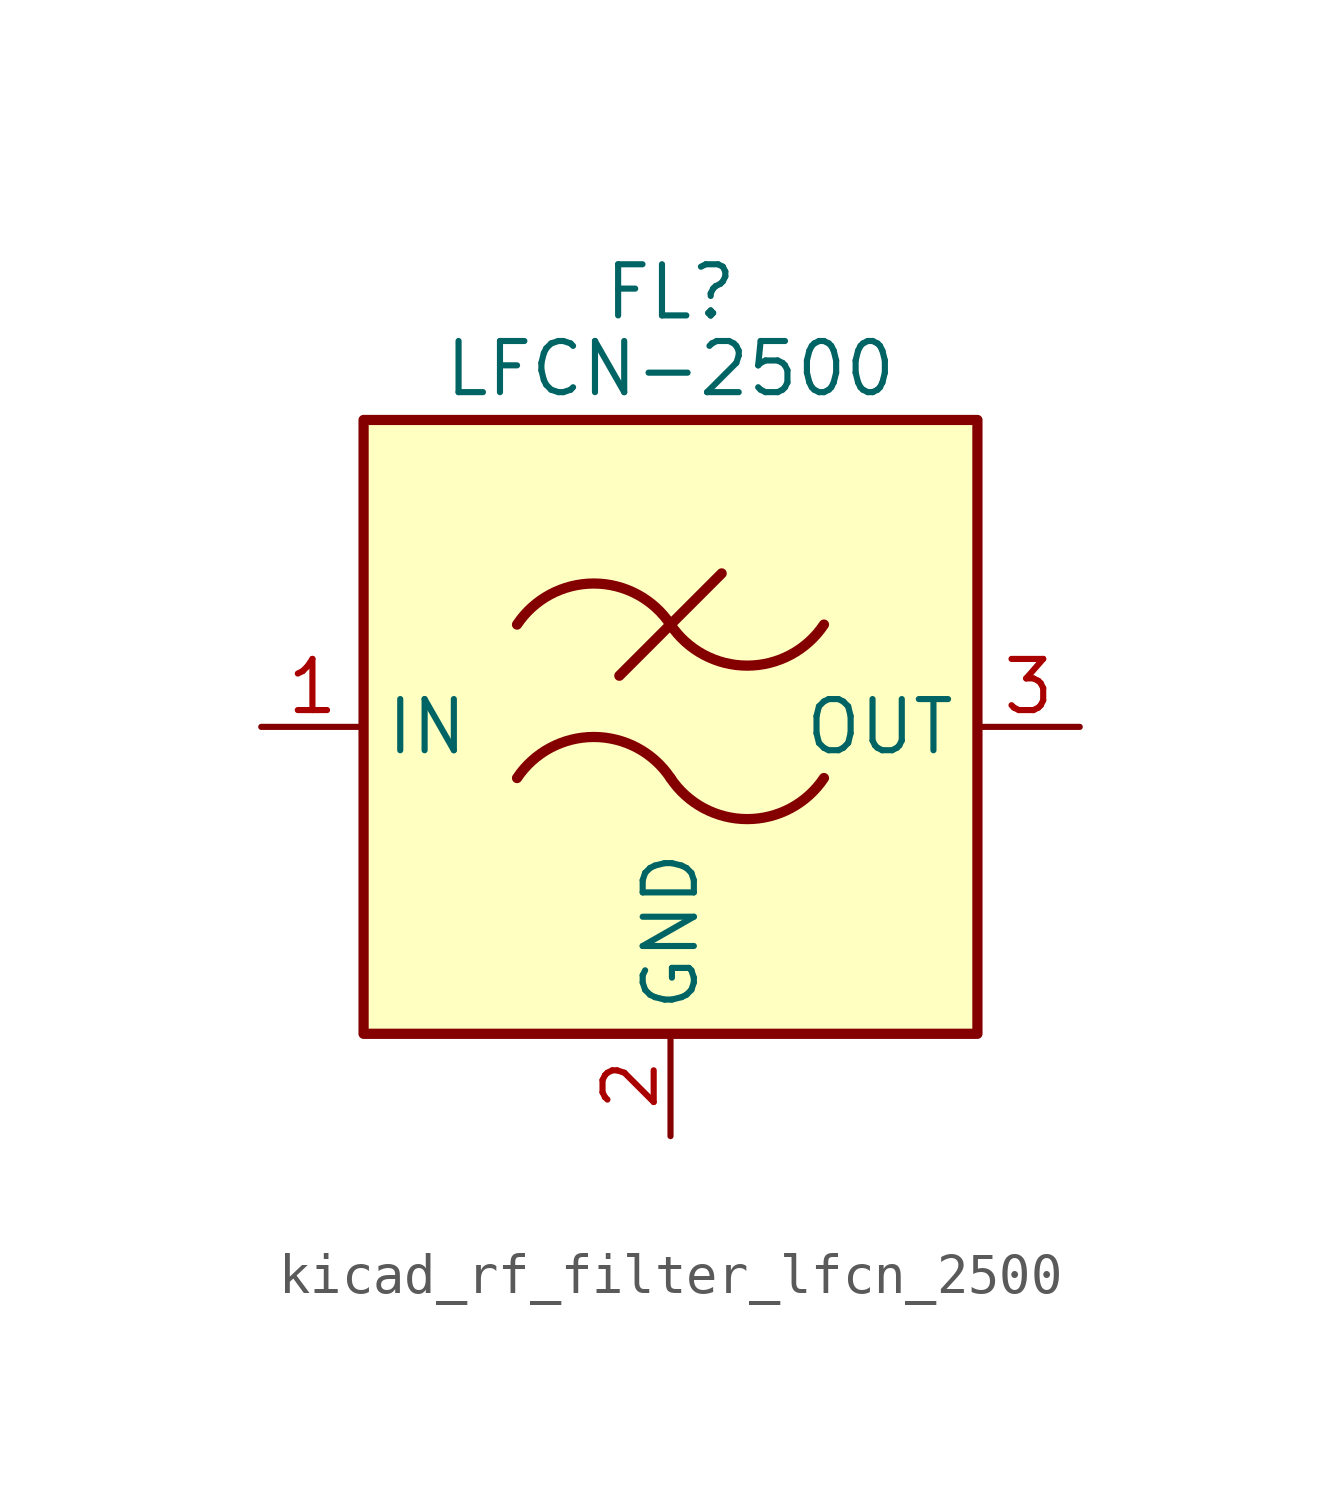
<source format=kicad_sym>
(kicad_symbol_lib
  (version 20220914)
  (generator kicad_symbol_editor)
  (symbol "kicad_rf_filter_lfcn_2500"
    (property "Reference" "FL"
      (at 0 10.795 0)
      (effects (font (size 1.27 1.27))))
    (property "Value" "LFCN-2500"
      (at 0 8.89 0)
      (effects (font (size 1.27 1.27))))
    (symbol "kicad_rf_filter_lfcn_2500_0_1"
      (rectangle (start -7.62 7.62) (end 7.62 -7.62) (stroke (width 0.254) (type default)) (fill (type background)))
      (arc (start 0 -1.27) (mid -1.905 -0.2505) (end -3.81 -1.27) (stroke (width 0.254) (type default)) (fill (type none)))
      (arc (start 0 -1.27) (mid 1.905 -2.2895) (end 3.81 -1.27) (stroke (width 0.254) (type default)) (fill (type none)))
      (polyline (pts (xy -1.27 1.27) (xy 1.27 3.81)) (stroke (width 0.254) (type default)) (fill (type none)))
      (arc (start 0 2.54) (mid -1.905 3.5595) (end -3.81 2.54) (stroke (width 0.254) (type default)) (fill (type none)))
      (arc (start 0 2.54) (mid 1.905 1.5205) (end 3.81 2.54) (stroke (width 0.254) (type default)) (fill (type none))))
    (symbol "kicad_rf_filter_lfcn_2500_1_1"
      (pin passive line (at -10.16 0 0) (length 2.54) (name "IN" (effects (font (size 1.27 1.27)))) (number "1" (effects (font (size 1.27 1.27)))))
      (pin passive line (at 0 -10.16 90) (length 2.54) (name "GND" (effects (font (size 1.27 1.27)))) (number "2" (effects (font (size 1.27 1.27)))))
      (pin passive line (at 10.16 0 180) (length 2.54) (name "OUT" (effects (font (size 1.27 1.27)))) (number "3" (effects (font (size 1.27 1.27)))))
      (pin passive line (at 0 -10.16 90) (length 2.54) hide (name "GND" (effects (font (size 1.27 1.27)))) (number "4" (effects (font (size 1.27 1.27))))))))
</source>
